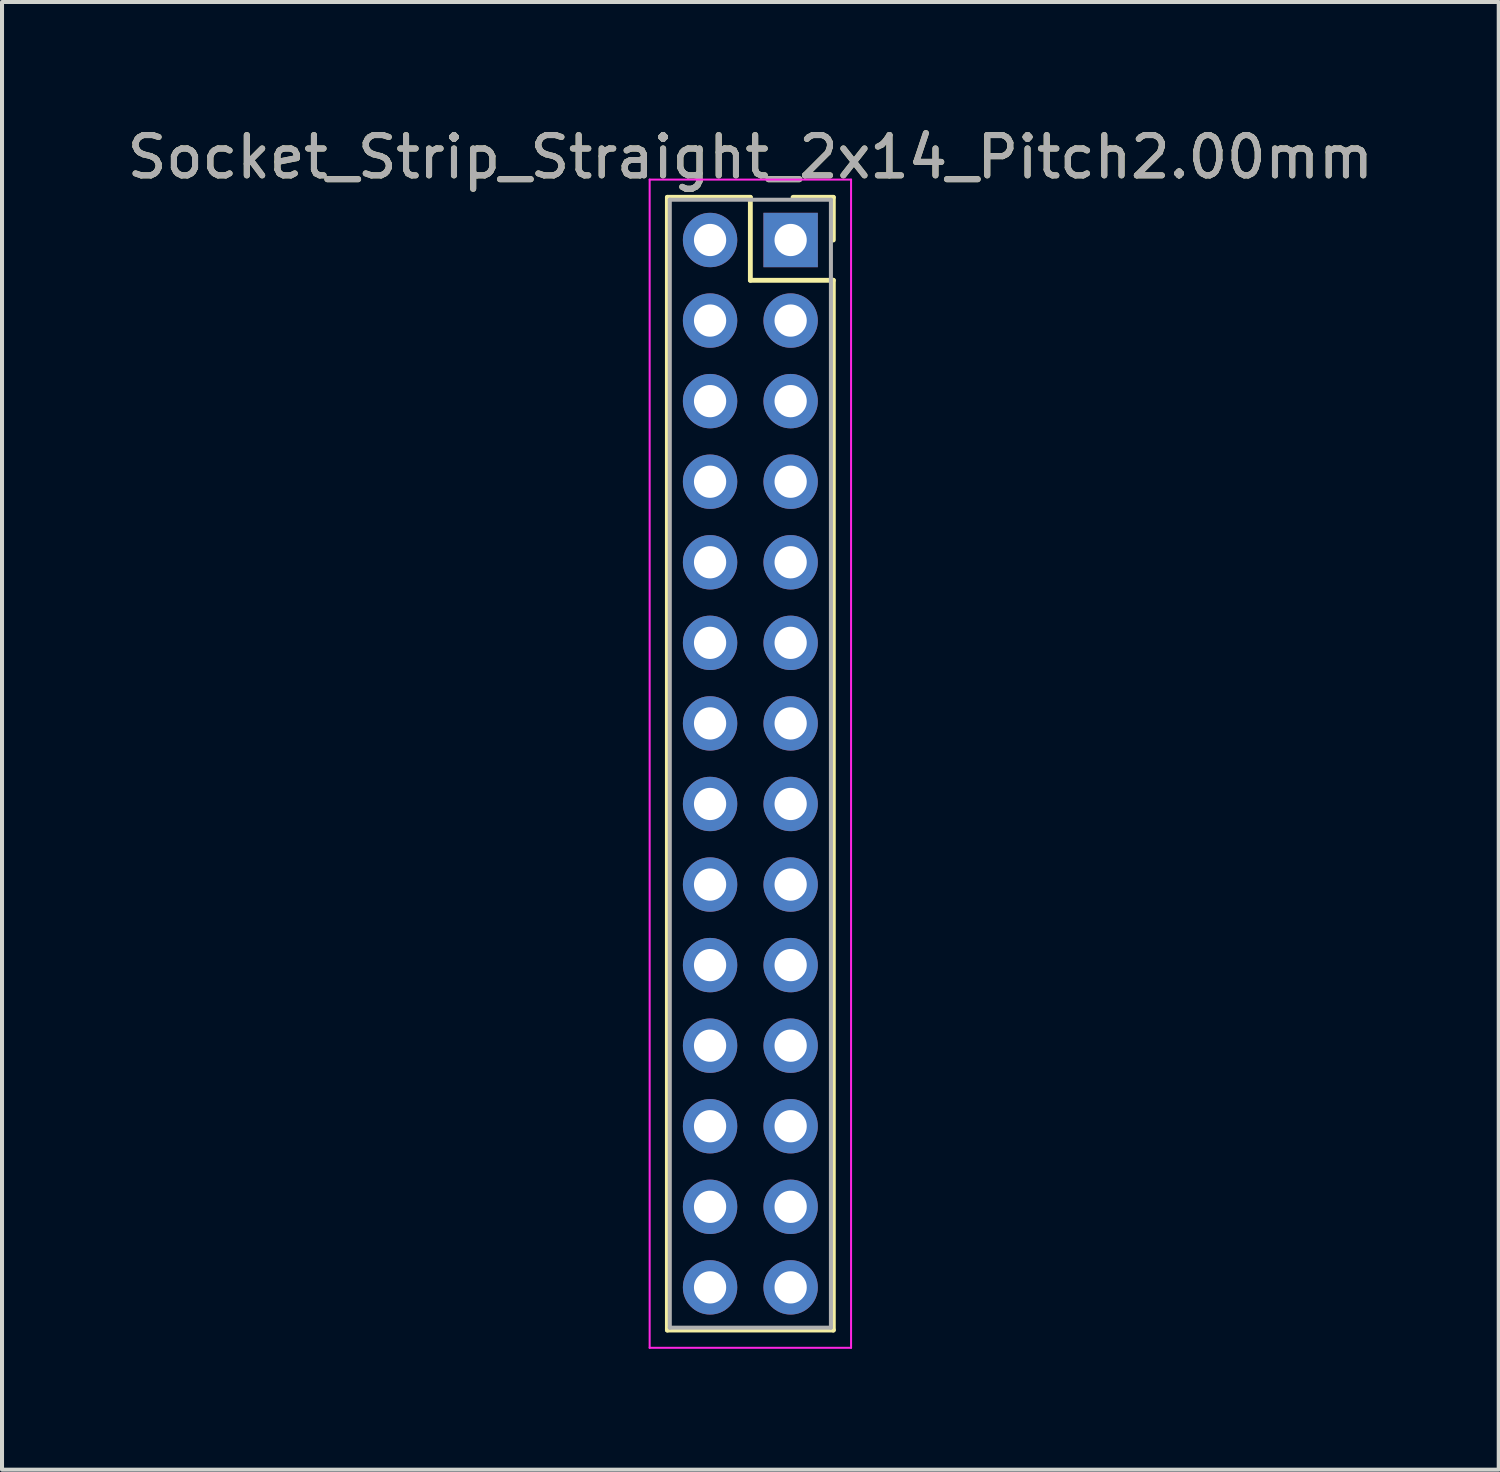
<source format=kicad_pcb>
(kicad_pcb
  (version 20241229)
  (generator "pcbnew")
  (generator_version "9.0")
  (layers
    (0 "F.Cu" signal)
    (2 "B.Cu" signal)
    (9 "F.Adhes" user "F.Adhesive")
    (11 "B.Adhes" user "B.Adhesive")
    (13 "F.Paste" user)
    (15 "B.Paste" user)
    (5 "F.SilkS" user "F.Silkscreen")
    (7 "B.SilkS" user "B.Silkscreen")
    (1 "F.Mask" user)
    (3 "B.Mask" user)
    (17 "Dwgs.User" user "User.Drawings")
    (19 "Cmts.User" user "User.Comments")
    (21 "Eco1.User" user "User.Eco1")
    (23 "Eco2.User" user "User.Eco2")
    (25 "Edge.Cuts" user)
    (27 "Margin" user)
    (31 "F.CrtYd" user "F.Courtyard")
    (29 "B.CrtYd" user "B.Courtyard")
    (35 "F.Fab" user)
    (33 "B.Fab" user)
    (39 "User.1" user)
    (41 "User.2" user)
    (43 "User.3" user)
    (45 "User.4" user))
  (footprint "Socket_Strip_Straight_2x14_Pitch2.00mm"
    (layer "F.Cu")
    (at 16.577 2.908)
    (property "Reference" "Socket_Strip_Straight_2x14_Pitch2.00mm" (at -1 -2.06 0) (layer "F.SilkS") (effects (font (size 1 1) (thickness 0.15))))
    (attr through_hole)
    (fp_line (start -3.06 -1.06) (end -1 -1.06) (stroke (width 0.12) (type solid)) (layer "F.SilkS"))
    (fp_line (start -3.06 27.06) (end -3.06 -1.06) (stroke (width 0.12) (type solid)) (layer "F.SilkS"))
    (fp_line (start -1 -1.06) (end -1 1) (stroke (width 0.12) (type solid)) (layer "F.SilkS"))
    (fp_line (start -1 1) (end 1.06 1) (stroke (width 0.12) (type solid)) (layer "F.SilkS"))
    (fp_line (start 1.06 -1.06) (end 0.06 -1.06) (stroke (width 0.12) (type solid)) (layer "F.SilkS"))
    (fp_line (start 1.06 0) (end 1.06 -1.06) (stroke (width 0.12) (type solid)) (layer "F.SilkS"))
    (fp_line (start 1.06 1) (end 1.06 27.06) (stroke (width 0.12) (type solid)) (layer "F.SilkS"))
    (fp_line (start 1.06 27.06) (end -3.06 27.06) (stroke (width 0.12) (type solid)) (layer "F.SilkS"))
    (fp_line (start -3.5 -1.5) (end -3.5 27.5) (stroke (width 0.05) (type solid)) (layer "F.CrtYd"))
    (fp_line (start -3.5 27.5) (end 1.5 27.5) (stroke (width 0.05) (type solid)) (layer "F.CrtYd"))
    (fp_line (start 1.5 -1.5) (end -3.5 -1.5) (stroke (width 0.05) (type solid)) (layer "F.CrtYd"))
    (fp_line (start 1.5 27.5) (end 1.5 -1.5) (stroke (width 0.05) (type solid)) (layer "F.CrtYd"))
    (fp_line (start -3 -1) (end -3 27) (stroke (width 0.1) (type solid)) (layer "F.Fab"))
    (fp_line (start -3 27) (end 1 27) (stroke (width 0.1) (type solid)) (layer "F.Fab"))
    (fp_line (start 1 -1) (end -3 -1) (stroke (width 0.1) (type solid)) (layer "F.Fab"))
    (fp_line (start 1 27) (end 1 -1) (stroke (width 0.1) (type solid)) (layer "F.Fab"))
    (fp_text user "${REFERENCE}" (at -1 -2.06 0) (layer "F.Fab") (effects (font (size 1 1) (thickness 0.15))))
    (pad "1" thru_hole rect (at 0 0) (size 1.35 1.35) (drill 0.8) (layers "*.Cu" "*.Mask"))
    (pad "2" thru_hole oval (at -2 0) (size 1.35 1.35) (drill 0.8) (layers "*.Cu" "*.Mask"))
    (pad "3" thru_hole oval (at 0 2) (size 1.35 1.35) (drill 0.8) (layers "*.Cu" "*.Mask"))
    (pad "4" thru_hole oval (at -2 2) (size 1.35 1.35) (drill 0.8) (layers "*.Cu" "*.Mask"))
    (pad "5" thru_hole oval (at 0 4) (size 1.35 1.35) (drill 0.8) (layers "*.Cu" "*.Mask"))
    (pad "6" thru_hole oval (at -2 4) (size 1.35 1.35) (drill 0.8) (layers "*.Cu" "*.Mask"))
    (pad "7" thru_hole oval (at 0 6) (size 1.35 1.35) (drill 0.8) (layers "*.Cu" "*.Mask"))
    (pad "8" thru_hole oval (at -2 6) (size 1.35 1.35) (drill 0.8) (layers "*.Cu" "*.Mask"))
    (pad "9" thru_hole oval (at 0 8) (size 1.35 1.35) (drill 0.8) (layers "*.Cu" "*.Mask"))
    (pad "10" thru_hole oval (at -2 8) (size 1.35 1.35) (drill 0.8) (layers "*.Cu" "*.Mask"))
    (pad "11" thru_hole oval (at 0 10) (size 1.35 1.35) (drill 0.8) (layers "*.Cu" "*.Mask"))
    (pad "12" thru_hole oval (at -2 10) (size 1.35 1.35) (drill 0.8) (layers "*.Cu" "*.Mask"))
    (pad "13" thru_hole oval (at 0 12) (size 1.35 1.35) (drill 0.8) (layers "*.Cu" "*.Mask"))
    (pad "14" thru_hole oval (at -2 12) (size 1.35 1.35) (drill 0.8) (layers "*.Cu" "*.Mask"))
    (pad "15" thru_hole oval (at 0 14) (size 1.35 1.35) (drill 0.8) (layers "*.Cu" "*.Mask"))
    (pad "16" thru_hole oval (at -2 14) (size 1.35 1.35) (drill 0.8) (layers "*.Cu" "*.Mask"))
    (pad "17" thru_hole oval (at 0 16) (size 1.35 1.35) (drill 0.8) (layers "*.Cu" "*.Mask"))
    (pad "18" thru_hole oval (at -2 16) (size 1.35 1.35) (drill 0.8) (layers "*.Cu" "*.Mask"))
    (pad "19" thru_hole oval (at 0 18) (size 1.35 1.35) (drill 0.8) (layers "*.Cu" "*.Mask"))
    (pad "20" thru_hole oval (at -2 18) (size 1.35 1.35) (drill 0.8) (layers "*.Cu" "*.Mask"))
    (pad "21" thru_hole oval (at 0 20) (size 1.35 1.35) (drill 0.8) (layers "*.Cu" "*.Mask"))
    (pad "22" thru_hole oval (at -2 20) (size 1.35 1.35) (drill 0.8) (layers "*.Cu" "*.Mask"))
    (pad "23" thru_hole oval (at 0 22) (size 1.35 1.35) (drill 0.8) (layers "*.Cu" "*.Mask"))
    (pad "24" thru_hole oval (at -2 22) (size 1.35 1.35) (drill 0.8) (layers "*.Cu" "*.Mask"))
    (pad "25" thru_hole oval (at 0 24) (size 1.35 1.35) (drill 0.8) (layers "*.Cu" "*.Mask"))
    (pad "26" thru_hole oval (at -2 24) (size 1.35 1.35) (drill 0.8) (layers "*.Cu" "*.Mask"))
    (pad "27" thru_hole oval (at 0 26) (size 1.35 1.35) (drill 0.8) (layers "*.Cu" "*.Mask"))
    (pad "28" thru_hole oval (at -2 26) (size 1.35 1.35) (drill 0.8) (layers "*.Cu" "*.Mask")))
  (gr_rect
    (start -3 -3)
    (end 34.155 33.433)
    (stroke (width 0.1) (type default))
    (fill no)
    (layer "Edge.Cuts")))
</source>
